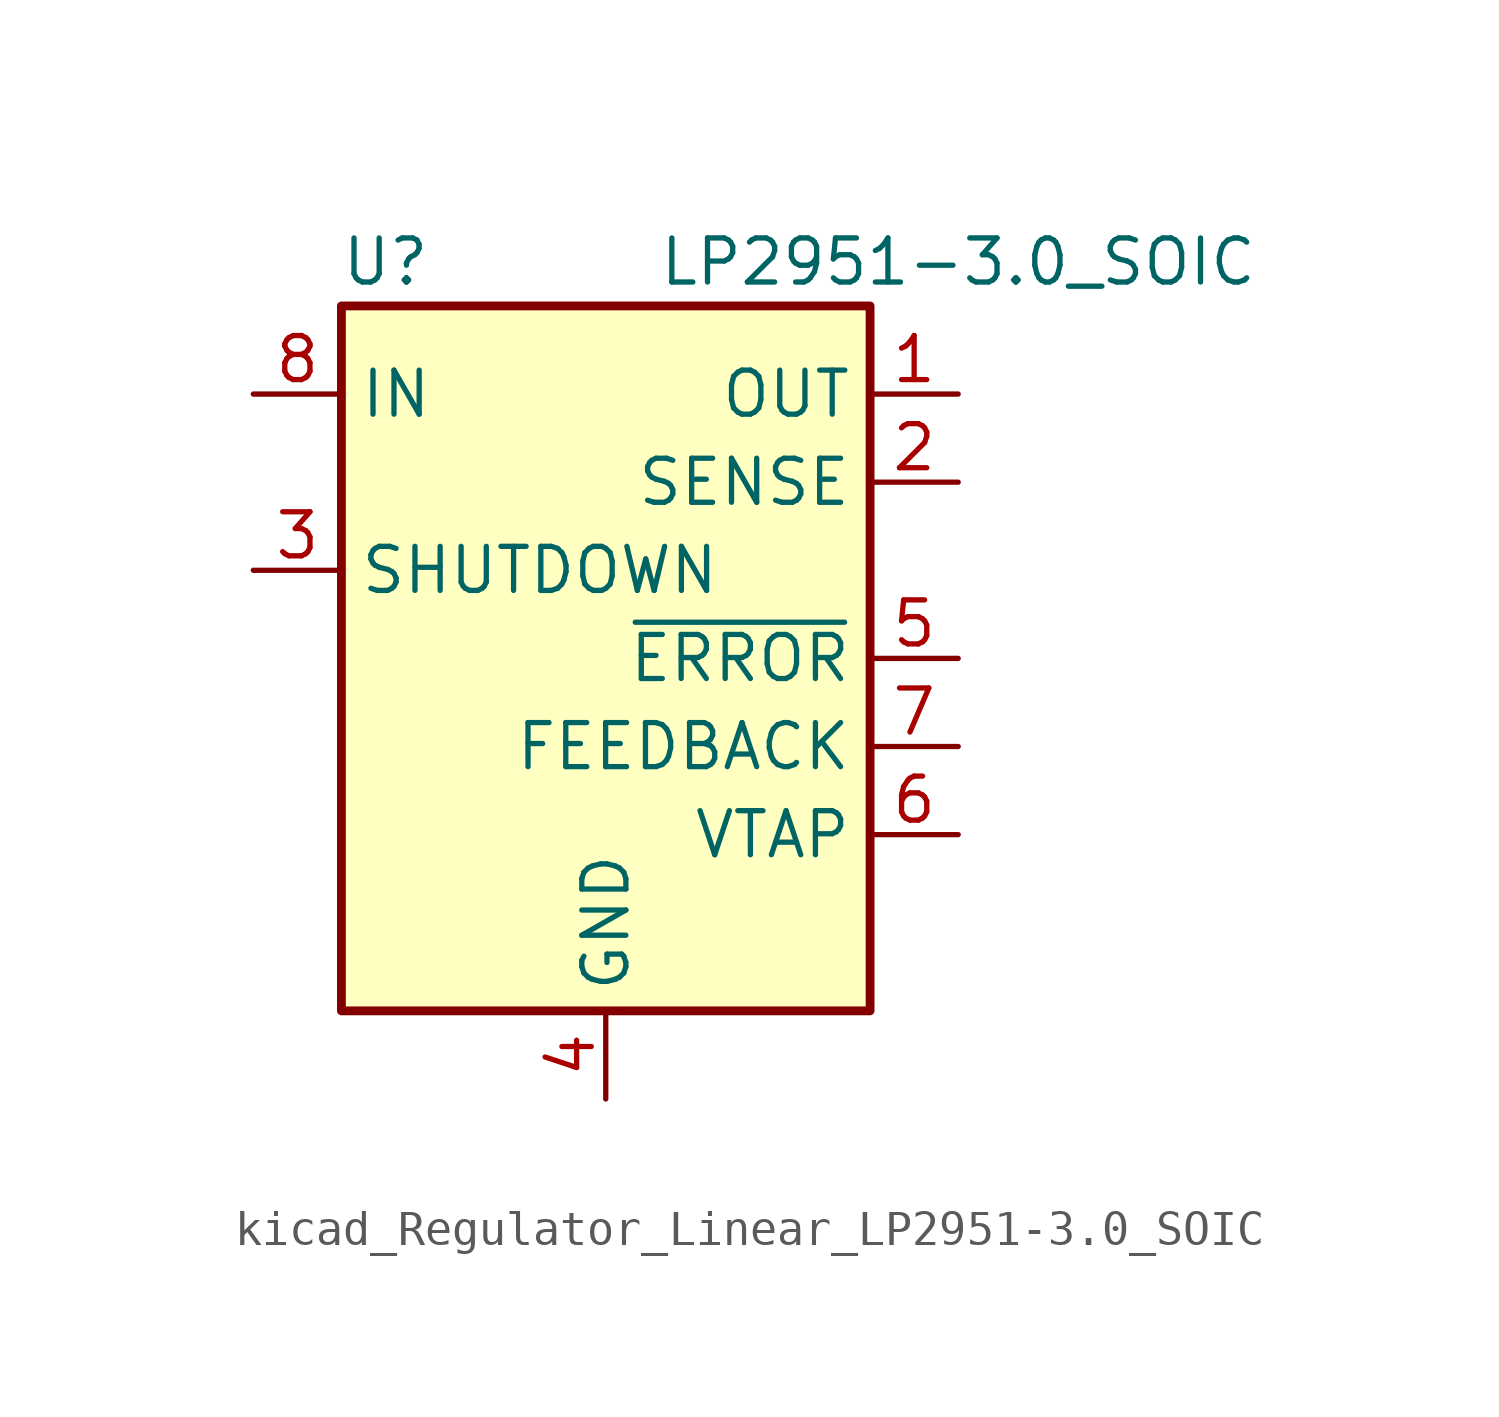
<source format=kicad_sym>
(kicad_symbol_lib
  (version 20220914)
  (generator kicad_symbol_editor)
  (symbol "kicad_Regulator_Linear_LP2951-3.0_SOIC"
    (property "Reference" "U"
      (at -6.35 11.43 0)
      (effects (font (size 1.27 1.27))))
    (property "Value" "LP2951-3.0_SOIC"
      (at 10.16 11.43 0)
      (effects (font (size 1.27 1.27))))
    (symbol "kicad_Regulator_Linear_LP2951-3.0_SOIC_0_1"
      (rectangle (start -7.62 10.16) (end 7.62 -10.16) (stroke (width 0.254) (type default)) (fill (type background))))
    (symbol "kicad_Regulator_Linear_LP2951-3.0_SOIC_1_1"
      (pin power_out line (at 10.16 7.62 180) (length 2.54) (name "OUT" (effects (font (size 1.27 1.27)))) (number "1" (effects (font (size 1.27 1.27)))))
      (pin passive line (at 10.16 5.08 180) (length 2.54) (name "SENSE" (effects (font (size 1.27 1.27)))) (number "2" (effects (font (size 1.27 1.27)))))
      (pin input line (at -10.16 2.54 0) (length 2.54) (name "SHUTDOWN" (effects (font (size 1.27 1.27)))) (number "3" (effects (font (size 1.27 1.27)))))
      (pin power_in line (at 0 -12.7 90) (length 2.54) (name "GND" (effects (font (size 1.27 1.27)))) (number "4" (effects (font (size 1.27 1.27)))))
      (pin open_collector line (at 10.16 0 180) (length 2.54) (name "~{ERROR}" (effects (font (size 1.27 1.27)))) (number "5" (effects (font (size 1.27 1.27)))))
      (pin input line (at 10.16 -5.08 180) (length 2.54) (name "VTAP" (effects (font (size 1.27 1.27)))) (number "6" (effects (font (size 1.27 1.27)))))
      (pin input line (at 10.16 -2.54 180) (length 2.54) (name "FEEDBACK" (effects (font (size 1.27 1.27)))) (number "7" (effects (font (size 1.27 1.27)))))
      (pin power_in line (at -10.16 7.62 0) (length 2.54) (name "IN" (effects (font (size 1.27 1.27)))) (number "8" (effects (font (size 1.27 1.27))))))))
</source>
